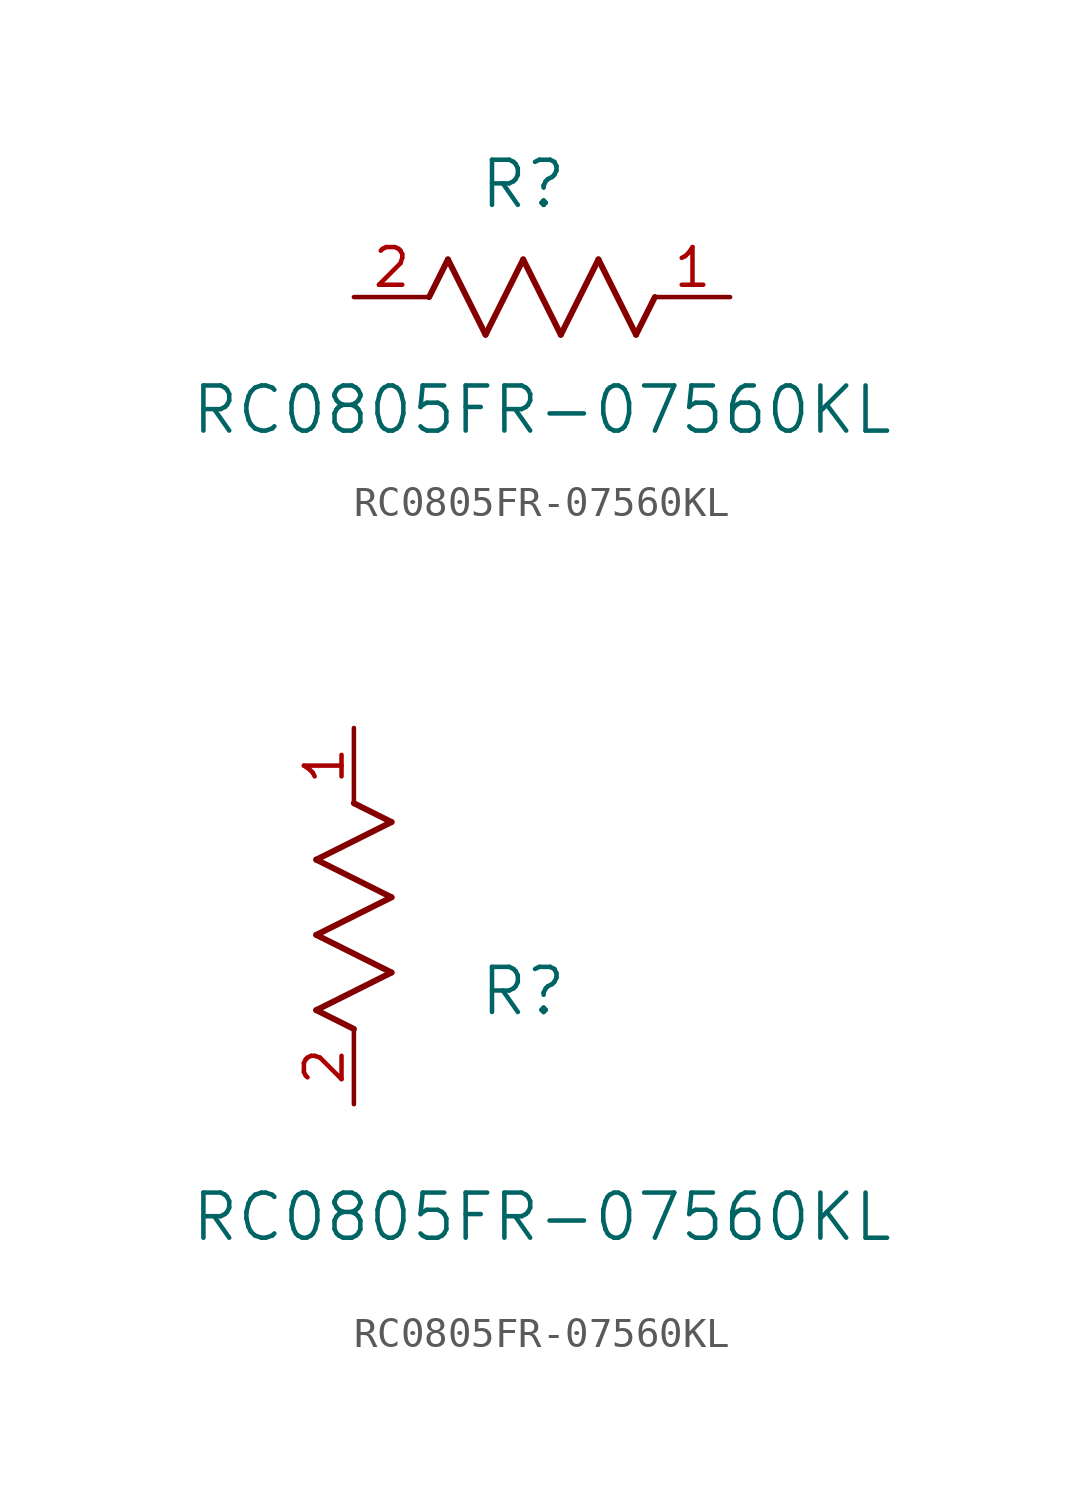
<source format=kicad_sym>
(kicad_symbol_lib
  (version 20211014)
  (generator kicad_symbol_editor)
  (symbol "RC0805FR-07560KL"
    (pin_names
      (offset 0.254))
    (property "Reference" "R"
      (at 5.715 3.81 0)
      (effects (font (size 1.524 1.524))))
    (property "Value" "RC0805FR-07560KL"
      (at 6.35 -3.81 0)
      (effects (font (size 1.524 1.524))))
    (symbol "RC0805FR-07560KL_1_1"
      (polyline (pts (xy 3.175 1.27) (xy 4.445 -1.27)) (stroke (width 0.203) (type default) (color 0 0 0 0)) (fill (type none)))
      (polyline (pts (xy 4.445 -1.27) (xy 5.715 1.27)) (stroke (width 0.203) (type default) (color 0 0 0 0)) (fill (type none)))
      (polyline (pts (xy 5.715 1.27) (xy 6.985 -1.27)) (stroke (width 0.203) (type default) (color 0 0 0 0)) (fill (type none)))
      (polyline (pts (xy 6.985 -1.27) (xy 8.255 1.27)) (stroke (width 0.203) (type default) (color 0 0 0 0)) (fill (type none)))
      (polyline (pts (xy 8.255 1.27) (xy 9.525 -1.27)) (stroke (width 0.203) (type default) (color 0 0 0 0)) (fill (type none)))
      (polyline (pts (xy 2.54 0) (xy 3.175 1.27)) (stroke (width 0.203) (type default) (color 0 0 0 0)) (fill (type none)))
      (polyline (pts (xy 9.525 -1.27) (xy 10.16 0)) (stroke (width 0.203) (type default) (color 0 0 0 0)) (fill (type none)))
      (pin unspecified line (at 12.7 0 180) (length 2.54) (name "" (effects (font (size 1.27 1.27)))) (number "1" (effects (font (size 1.27 1.27)))))
      (pin unspecified line (at 0 0 0) (length 2.54) (name "" (effects (font (size 1.27 1.27)))) (number "2" (effects (font (size 1.27 1.27))))))
    (symbol "RC0805FR-07560KL_1_2"
      (polyline (pts (xy 0 2.54) (xy -1.27 3.175)) (stroke (width 0.203) (type default) (color 0 0 0 0)) (fill (type none)))
      (polyline (pts (xy -1.27 3.175) (xy 1.27 4.445)) (stroke (width 0.203) (type default) (color 0 0 0 0)) (fill (type none)))
      (polyline (pts (xy 1.27 4.445) (xy -1.27 5.715)) (stroke (width 0.203) (type default) (color 0 0 0 0)) (fill (type none)))
      (polyline (pts (xy -1.27 5.715) (xy 1.27 6.985)) (stroke (width 0.203) (type default) (color 0 0 0 0)) (fill (type none)))
      (polyline (pts (xy -1.27 8.255) (xy 1.27 9.525)) (stroke (width 0.203) (type default) (color 0 0 0 0)) (fill (type none)))
      (polyline (pts (xy 1.27 9.525) (xy 0 10.16)) (stroke (width 0.203) (type default) (color 0 0 0 0)) (fill (type none)))
      (polyline (pts (xy 1.27 6.985) (xy -1.27 8.255)) (stroke (width 0.203) (type default) (color 0 0 0 0)) (fill (type none)))
      (pin unspecified line (at 0 12.7 270) (length 2.54) (name "" (effects (font (size 1.27 1.27)))) (number "1" (effects (font (size 1.27 1.27)))))
      (pin unspecified line (at 0 0 90) (length 2.54) (name "" (effects (font (size 1.27 1.27)))) (number "2" (effects (font (size 1.27 1.27))))))))
</source>
